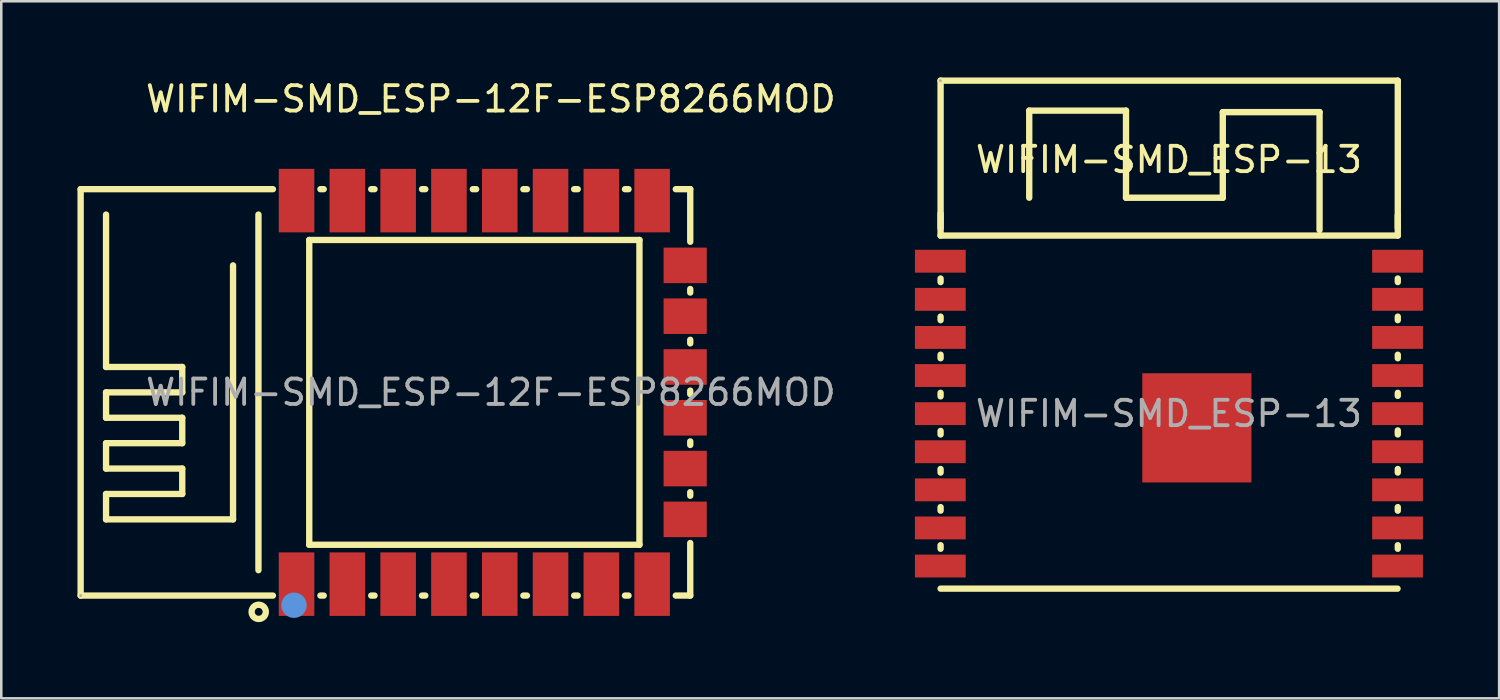
<source format=kicad_pcb>
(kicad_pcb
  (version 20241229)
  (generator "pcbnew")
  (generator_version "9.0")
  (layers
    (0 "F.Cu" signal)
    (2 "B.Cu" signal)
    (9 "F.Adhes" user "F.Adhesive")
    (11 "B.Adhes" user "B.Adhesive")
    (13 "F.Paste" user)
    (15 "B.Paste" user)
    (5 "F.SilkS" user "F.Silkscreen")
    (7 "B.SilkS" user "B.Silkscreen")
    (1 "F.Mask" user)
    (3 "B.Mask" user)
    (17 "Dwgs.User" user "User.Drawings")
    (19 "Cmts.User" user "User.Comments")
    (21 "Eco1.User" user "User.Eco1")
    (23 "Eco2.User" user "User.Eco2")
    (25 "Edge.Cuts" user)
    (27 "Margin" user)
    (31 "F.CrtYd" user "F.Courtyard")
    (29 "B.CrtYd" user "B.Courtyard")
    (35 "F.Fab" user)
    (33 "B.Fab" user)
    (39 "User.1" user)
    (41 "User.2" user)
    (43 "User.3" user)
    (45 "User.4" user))
  (footprint "WIFIM-SMD_ESP-13"
    (layer "F.Cu")
    (at 42.971 13.235)
    (property "Reference" "WIFIM-SMD_ESP-13" (at 0 -10 0) (layer "F.SilkS") (effects (font (size 1 1) (thickness 0.15))))
    (attr through_hole)
    (fp_line (start -8.99 -13.11) (end 9.01 -13.11) (stroke (width 0.25) (type solid)) (layer "F.SilkS"))
    (fp_line (start -8.99 -7.88) (end -8.99 -7.01) (stroke (width 0.25) (type solid)) (layer "F.SilkS"))
    (fp_line (start -8.99 -7.31) (end -8.99 -13.11) (stroke (width 0.25) (type solid)) (layer "F.SilkS"))
    (fp_line (start -8.99 -7.01) (end 9.01 -7.01) (stroke (width 0.25) (type solid)) (layer "F.SilkS"))
    (fp_line (start -8.99 -5.18) (end -8.99 -5.32) (stroke (width 0.25) (type solid)) (layer "F.SilkS"))
    (fp_line (start -8.99 -3.68) (end -8.99 -3.82) (stroke (width 0.25) (type solid)) (layer "F.SilkS"))
    (fp_line (start -8.99 -2.18) (end -8.99 -2.32) (stroke (width 0.25) (type solid)) (layer "F.SilkS"))
    (fp_line (start -8.99 -0.68) (end -8.99 -0.82) (stroke (width 0.25) (type solid)) (layer "F.SilkS"))
    (fp_line (start -8.99 0.82) (end -8.99 0.68) (stroke (width 0.25) (type solid)) (layer "F.SilkS"))
    (fp_line (start -8.99 2.32) (end -8.99 2.18) (stroke (width 0.25) (type solid)) (layer "F.SilkS"))
    (fp_line (start -8.99 3.82) (end -8.99 3.68) (stroke (width 0.25) (type solid)) (layer "F.SilkS"))
    (fp_line (start -8.99 5.32) (end -8.99 5.18) (stroke (width 0.25) (type solid)) (layer "F.SilkS"))
    (fp_line (start -5.5 -11.93) (end -1.69 -11.93) (stroke (width 0.25) (type solid)) (layer "F.SilkS"))
    (fp_line (start -5.5 -8.5) (end -5.5 -11.93) (stroke (width 0.25) (type solid)) (layer "F.SilkS"))
    (fp_line (start -1.69 -11.93) (end -1.69 -8.5) (stroke (width 0.25) (type solid)) (layer "F.SilkS"))
    (fp_line (start -1.69 -8.5) (end 2.12 -8.5) (stroke (width 0.25) (type solid)) (layer "F.SilkS"))
    (fp_line (start 2.12 -11.87) (end 5.93 -11.87) (stroke (width 0.25) (type solid)) (layer "F.SilkS"))
    (fp_line (start 2.12 -8.5) (end 2.12 -11.87) (stroke (width 0.25) (type solid)) (layer "F.SilkS"))
    (fp_line (start 5.93 -11.87) (end 5.93 -7.23) (stroke (width 0.25) (type solid)) (layer "F.SilkS"))
    (fp_line (start 9 6.89) (end -8.99 6.89) (stroke (width 0.25) (type solid)) (layer "F.SilkS"))
    (fp_line (start 9.01 -13.11) (end 9.01 -7.31) (stroke (width 0.25) (type solid)) (layer "F.SilkS"))
    (fp_line (start 9.01 -7.01) (end 9.01 -7.81) (stroke (width 0.25) (type solid)) (layer "F.SilkS"))
    (fp_line (start 9.01 -5.32) (end 9.01 -5.18) (stroke (width 0.25) (type solid)) (layer "F.SilkS"))
    (fp_line (start 9.01 -3.82) (end 9.01 -3.68) (stroke (width 0.25) (type solid)) (layer "F.SilkS"))
    (fp_line (start 9.01 -2.32) (end 9.01 -2.18) (stroke (width 0.25) (type solid)) (layer "F.SilkS"))
    (fp_line (start 9.01 -0.82) (end 9.01 -0.7) (stroke (width 0.25) (type solid)) (layer "F.SilkS"))
    (fp_line (start 9.01 0.66) (end 9.01 0.82) (stroke (width 0.25) (type solid)) (layer "F.SilkS"))
    (fp_line (start 9.01 2.18) (end 9.01 2.32) (stroke (width 0.25) (type solid)) (layer "F.SilkS"))
    (fp_line (start 9.01 3.68) (end 9.01 3.82) (stroke (width 0.25) (type solid)) (layer "F.SilkS"))
    (fp_line (start 9.01 5.18) (end 9.01 5.32) (stroke (width 0.25) (type solid)) (layer "F.SilkS"))
    (fp_circle (center -9 -13.11) (end -8.97 -13.11) (stroke (width 0.06) (type solid)) (fill no) (layer "F.Fab"))
    (fp_text user "${REFERENCE}" (at 0 0 0) (layer "F.Fab") (effects (font (size 1 1) (thickness 0.15))))
    (pad "1" smd rect (at -9 -6) (size 2 0.9) (layers "F.Cu" "F.Mask" "F.Paste"))
    (pad "2" smd rect (at -9 -4.5) (size 2 0.9) (layers "F.Cu" "F.Mask" "F.Paste"))
    (pad "3" smd rect (at -9 -3) (size 2 0.9) (layers "F.Cu" "F.Mask" "F.Paste"))
    (pad "4" smd rect (at -9 -1.5) (size 2 0.9) (layers "F.Cu" "F.Mask" "F.Paste"))
    (pad "5" smd rect (at -9 0) (size 2 0.9) (layers "F.Cu" "F.Mask" "F.Paste"))
    (pad "6" smd rect (at -9 1.5) (size 2 0.9) (layers "F.Cu" "F.Mask" "F.Paste"))
    (pad "7" smd rect (at -9 3) (size 2 0.9) (layers "F.Cu" "F.Mask" "F.Paste"))
    (pad "8" smd rect (at -9 4.5) (size 2 0.9) (layers "F.Cu" "F.Mask" "F.Paste"))
    (pad "9" smd rect (at -9 6) (size 2 0.9) (layers "F.Cu" "F.Mask" "F.Paste"))
    (pad "10" smd rect (at 9 6) (size 2 0.9) (layers "F.Cu" "F.Mask" "F.Paste"))
    (pad "11" smd rect (at 9 4.5) (size 2 0.9) (layers "F.Cu" "F.Mask" "F.Paste"))
    (pad "12" smd rect (at 9 3) (size 2 0.9) (layers "F.Cu" "F.Mask" "F.Paste"))
    (pad "13" smd rect (at 9 1.5) (size 2 0.9) (layers "F.Cu" "F.Mask" "F.Paste"))
    (pad "14" smd rect (at 9 0) (size 2 0.9) (layers "F.Cu" "F.Mask" "F.Paste"))
    (pad "15" smd rect (at 9 -1.5) (size 2 0.9) (layers "F.Cu" "F.Mask" "F.Paste"))
    (pad "16" smd rect (at 9 -3) (size 2 0.9) (layers "F.Cu" "F.Mask" "F.Paste"))
    (pad "17" smd rect (at 9 -4.5) (size 2 0.9) (layers "F.Cu" "F.Mask" "F.Paste"))
    (pad "18" smd rect (at 9 -6) (size 2 0.9) (layers "F.Cu" "F.Mask" "F.Paste"))
    (pad "19" smd rect (at 1.1 0.56) (size 4.3 4.3) (layers "F.Cu" "F.Mask" "F.Paste")))
  (footprint "WIFIM-SMD_ESP-12F-ESP8266MOD"
    (layer "F.Cu")
    (at 16.275 12.398)
    (property "Reference" "WIFIM-SMD_ESP-12F-ESP8266MOD" (at 0 -11.55 0) (layer "F.SilkS") (effects (font (size 1 1) (thickness 0.15))))
    (attr through_hole)
    (fp_line (start -16.15 -8) (end -8.58 -8) (stroke (width 0.25) (type solid)) (layer "F.SilkS"))
    (fp_line (start -16.15 8) (end -16.15 -8) (stroke (width 0.25) (type solid)) (layer "F.SilkS"))
    (fp_line (start -15.15 -1) (end -15.15 -7) (stroke (width 0.25) (type solid)) (layer "F.SilkS"))
    (fp_line (start -15.15 0) (end -12.15 0) (stroke (width 0.25) (type solid)) (layer "F.SilkS"))
    (fp_line (start -15.15 1) (end -15.15 0) (stroke (width 0.25) (type solid)) (layer "F.SilkS"))
    (fp_line (start -15.15 2) (end -12.15 2) (stroke (width 0.25) (type solid)) (layer "F.SilkS"))
    (fp_line (start -15.15 3) (end -15.15 2) (stroke (width 0.25) (type solid)) (layer "F.SilkS"))
    (fp_line (start -15.15 4) (end -12.15 4) (stroke (width 0.25) (type solid)) (layer "F.SilkS"))
    (fp_line (start -15.15 5) (end -15.15 4) (stroke (width 0.25) (type solid)) (layer "F.SilkS"))
    (fp_line (start -12.15 -1) (end -15.15 -1) (stroke (width 0.25) (type solid)) (layer "F.SilkS"))
    (fp_line (start -12.15 0) (end -12.15 -1) (stroke (width 0.25) (type solid)) (layer "F.SilkS"))
    (fp_line (start -12.15 1) (end -15.15 1) (stroke (width 0.25) (type solid)) (layer "F.SilkS"))
    (fp_line (start -12.15 2) (end -12.15 1) (stroke (width 0.25) (type solid)) (layer "F.SilkS"))
    (fp_line (start -12.15 3) (end -15.15 3) (stroke (width 0.25) (type solid)) (layer "F.SilkS"))
    (fp_line (start -12.15 4) (end -12.15 3) (stroke (width 0.25) (type solid)) (layer "F.SilkS"))
    (fp_line (start -10.15 -5) (end -10.15 5) (stroke (width 0.25) (type solid)) (layer "F.SilkS"))
    (fp_line (start -10.15 5) (end -15.15 5) (stroke (width 0.25) (type solid)) (layer "F.SilkS"))
    (fp_line (start -9.15 7) (end -9.15 -7) (stroke (width 0.25) (type solid)) (layer "F.SilkS"))
    (fp_line (start -8.58 8) (end -16.15 8) (stroke (width 0.25) (type solid)) (layer "F.SilkS"))
    (fp_line (start -7.15 -6) (end -7.15 6) (stroke (width 0.25) (type solid)) (layer "F.SilkS"))
    (fp_line (start -7.15 6) (end 5.85 6) (stroke (width 0.25) (type solid)) (layer "F.SilkS"))
    (fp_line (start -6.71 -8) (end -6.58 -8) (stroke (width 0.25) (type solid)) (layer "F.SilkS"))
    (fp_line (start -6.58 8) (end -6.71 8) (stroke (width 0.25) (type solid)) (layer "F.SilkS"))
    (fp_line (start -4.71 -8) (end -4.58 -8) (stroke (width 0.25) (type solid)) (layer "F.SilkS"))
    (fp_line (start -4.58 8) (end -4.71 8) (stroke (width 0.25) (type solid)) (layer "F.SilkS"))
    (fp_line (start -2.71 -8) (end -2.58 -8) (stroke (width 0.25) (type solid)) (layer "F.SilkS"))
    (fp_line (start -2.58 8) (end -2.71 8) (stroke (width 0.25) (type solid)) (layer "F.SilkS"))
    (fp_line (start -0.71 -8) (end -0.58 -8) (stroke (width 0.25) (type solid)) (layer "F.SilkS"))
    (fp_line (start -0.58 8) (end -0.71 8) (stroke (width 0.25) (type solid)) (layer "F.SilkS"))
    (fp_line (start 1.28 -8) (end 1.42 -8) (stroke (width 0.25) (type solid)) (layer "F.SilkS"))
    (fp_line (start 1.42 8) (end 1.28 8) (stroke (width 0.25) (type solid)) (layer "F.SilkS"))
    (fp_line (start 3.28 -8) (end 3.42 -8) (stroke (width 0.25) (type solid)) (layer "F.SilkS"))
    (fp_line (start 3.42 8) (end 3.28 8) (stroke (width 0.25) (type solid)) (layer "F.SilkS"))
    (fp_line (start 5.28 -8) (end 5.42 -8) (stroke (width 0.25) (type solid)) (layer "F.SilkS"))
    (fp_line (start 5.42 8) (end 5.28 8) (stroke (width 0.25) (type solid)) (layer "F.SilkS"))
    (fp_line (start 5.85 -6) (end -7.15 -6) (stroke (width 0.25) (type solid)) (layer "F.SilkS"))
    (fp_line (start 5.85 6) (end 5.85 -6) (stroke (width 0.25) (type solid)) (layer "F.SilkS"))
    (fp_line (start 7.28 -8) (end 7.85 -8) (stroke (width 0.25) (type solid)) (layer "F.SilkS"))
    (fp_line (start 7.85 -8) (end 7.85 -5.93) (stroke (width 0.25) (type solid)) (layer "F.SilkS"))
    (fp_line (start 7.85 -4.07) (end 7.85 -3.93) (stroke (width 0.25) (type solid)) (layer "F.SilkS"))
    (fp_line (start 7.85 -2.07) (end 7.85 -1.93) (stroke (width 0.25) (type solid)) (layer "F.SilkS"))
    (fp_line (start 7.85 -0.07) (end 7.85 0.07) (stroke (width 0.25) (type solid)) (layer "F.SilkS"))
    (fp_line (start 7.85 1.93) (end 7.85 2.07) (stroke (width 0.25) (type solid)) (layer "F.SilkS"))
    (fp_line (start 7.85 3.93) (end 7.85 4.07) (stroke (width 0.25) (type solid)) (layer "F.SilkS"))
    (fp_line (start 7.85 5.93) (end 7.85 8) (stroke (width 0.25) (type solid)) (layer "F.SilkS"))
    (fp_line (start 7.85 8) (end 7.28 8) (stroke (width 0.25) (type solid)) (layer "F.SilkS"))
    (fp_circle (center -9.14 8.64) (end -8.86 8.64) (stroke (width 0.25) (type solid)) (fill no) (layer "F.SilkS"))
    (fp_circle (center -7.75 8.38) (end -7.5 8.38) (stroke (width 0.5) (type solid)) (fill no) (layer "Cmts.User"))
    (fp_circle (center -16.15 8) (end -16.12 8) (stroke (width 0.06) (type solid)) (fill no) (layer "F.Fab"))
    (fp_text user "${REFERENCE}" (at 0 0 0) (layer "F.Fab") (effects (font (size 1 1) (thickness 0.15))))
    (pad "1" smd rect (at -7.65 7.55 90) (size 2.5 1.4) (layers "F.Cu" "F.Mask" "F.Paste"))
    (pad "2" smd rect (at -5.65 7.55 90) (size 2.5 1.4) (layers "F.Cu" "F.Mask" "F.Paste"))
    (pad "3" smd rect (at -3.65 7.55 90) (size 2.5 1.4) (layers "F.Cu" "F.Mask" "F.Paste"))
    (pad "4" smd rect (at -1.65 7.55 90) (size 2.5 1.4) (layers "F.Cu" "F.Mask" "F.Paste"))
    (pad "5" smd rect (at 0.35 7.55 90) (size 2.5 1.4) (layers "F.Cu" "F.Mask" "F.Paste"))
    (pad "6" smd rect (at 2.35 7.55 90) (size 2.5 1.4) (layers "F.Cu" "F.Mask" "F.Paste"))
    (pad "7" smd rect (at 4.35 7.55 90) (size 2.5 1.4) (layers "F.Cu" "F.Mask" "F.Paste"))
    (pad "8" smd rect (at 6.35 7.55 90) (size 2.5 1.4) (layers "F.Cu" "F.Mask" "F.Paste"))
    (pad "9" smd rect (at 6.35 -7.55 270) (size 2.5 1.4) (layers "F.Cu" "F.Mask" "F.Paste"))
    (pad "10" smd rect (at 4.35 -7.55 270) (size 2.5 1.4) (layers "F.Cu" "F.Mask" "F.Paste"))
    (pad "11" smd rect (at 2.35 -7.55 270) (size 2.5 1.4) (layers "F.Cu" "F.Mask" "F.Paste"))
    (pad "12" smd rect (at 0.35 -7.55 270) (size 2.5 1.4) (layers "F.Cu" "F.Mask" "F.Paste"))
    (pad "13" smd rect (at -1.65 -7.55 270) (size 2.5 1.4) (layers "F.Cu" "F.Mask" "F.Paste"))
    (pad "14" smd rect (at -3.65 -7.55 270) (size 2.5 1.4) (layers "F.Cu" "F.Mask" "F.Paste"))
    (pad "15" smd rect (at -5.65 -7.55 270) (size 2.5 1.4) (layers "F.Cu" "F.Mask" "F.Paste"))
    (pad "16" smd rect (at -7.65 -7.55 270) (size 2.5 1.4) (layers "F.Cu" "F.Mask" "F.Paste"))
    (pad "17" smd rect (at 7.65 5 180) (size 1.7 1.4) (layers "F.Cu" "F.Mask" "F.Paste"))
    (pad "18" smd rect (at 7.65 3 180) (size 1.7 1.4) (layers "F.Cu" "F.Mask" "F.Paste"))
    (pad "19" smd rect (at 7.65 1 180) (size 1.7 1.4) (layers "F.Cu" "F.Mask" "F.Paste"))
    (pad "20" smd rect (at 7.65 -1 180) (size 1.7 1.4) (layers "F.Cu" "F.Mask" "F.Paste"))
    (pad "21" smd rect (at 7.65 -3 180) (size 1.7 1.4) (layers "F.Cu" "F.Mask" "F.Paste"))
    (pad "22" smd rect (at 7.65 -5 180) (size 1.7 1.4) (layers "F.Cu" "F.Mask" "F.Paste")))
  (gr_rect
    (start -3 -3)
    (end 55.971 24.443)
    (stroke (width 0.1) (type default))
    (fill no)
    (layer "Edge.Cuts")))
</source>
